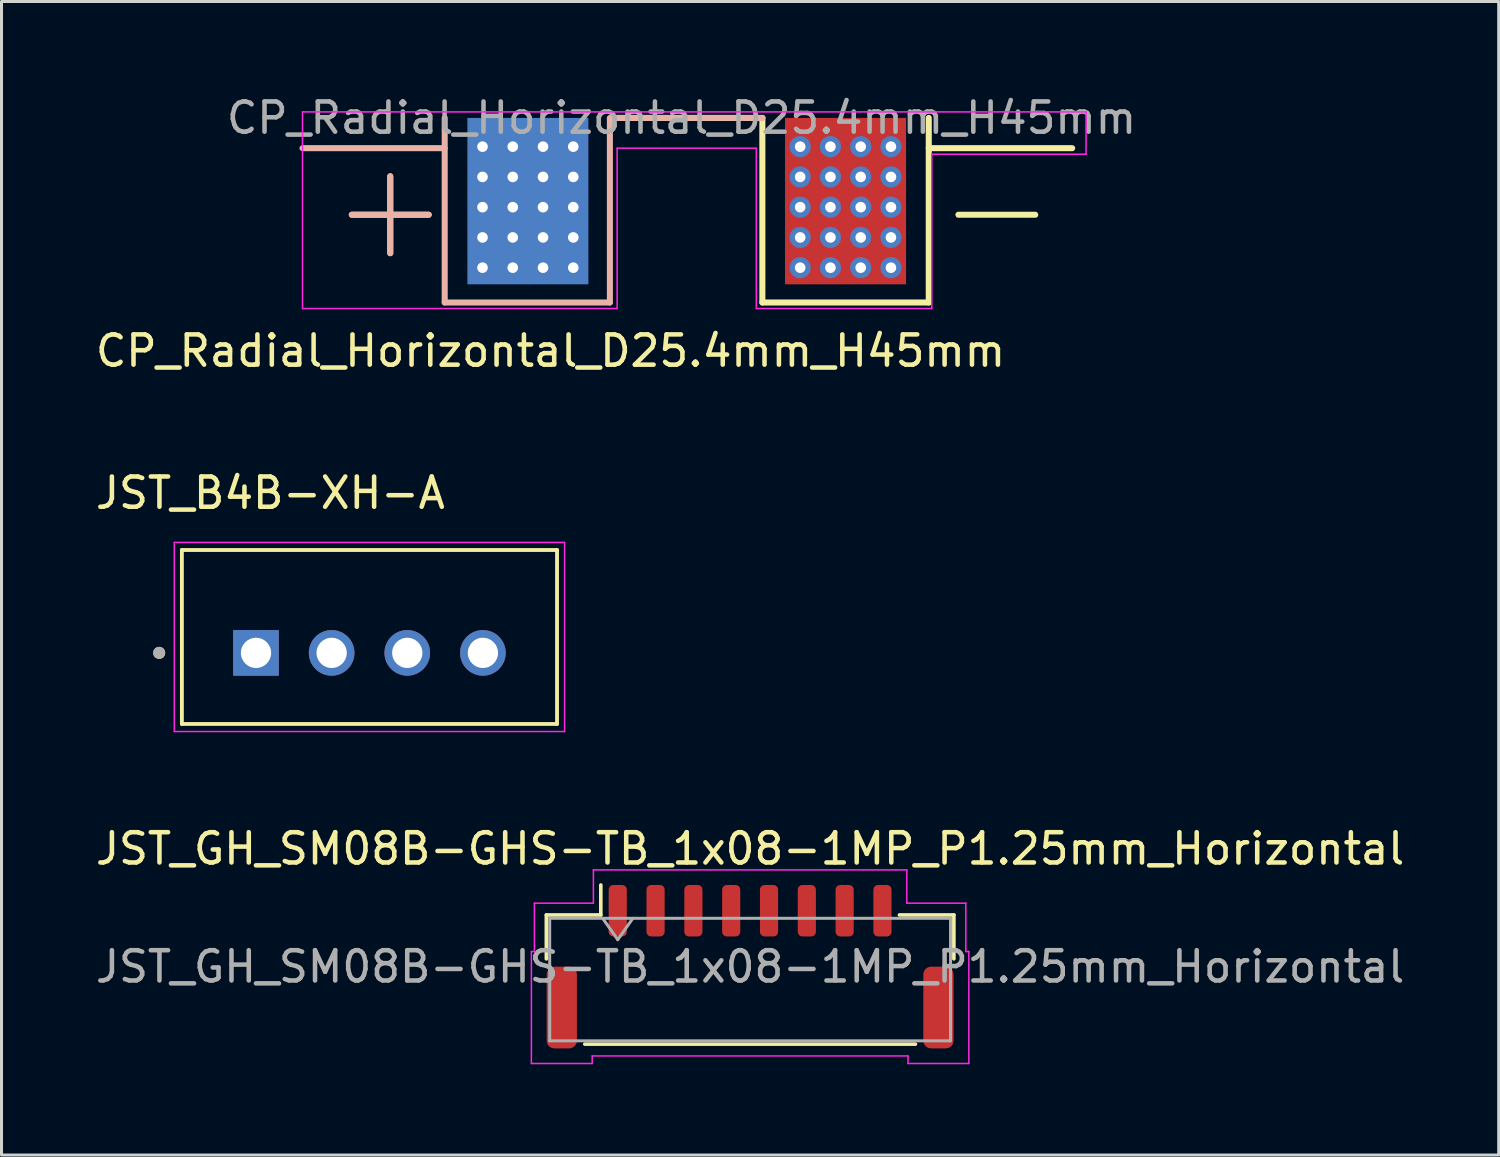
<source format=kicad_pcb>
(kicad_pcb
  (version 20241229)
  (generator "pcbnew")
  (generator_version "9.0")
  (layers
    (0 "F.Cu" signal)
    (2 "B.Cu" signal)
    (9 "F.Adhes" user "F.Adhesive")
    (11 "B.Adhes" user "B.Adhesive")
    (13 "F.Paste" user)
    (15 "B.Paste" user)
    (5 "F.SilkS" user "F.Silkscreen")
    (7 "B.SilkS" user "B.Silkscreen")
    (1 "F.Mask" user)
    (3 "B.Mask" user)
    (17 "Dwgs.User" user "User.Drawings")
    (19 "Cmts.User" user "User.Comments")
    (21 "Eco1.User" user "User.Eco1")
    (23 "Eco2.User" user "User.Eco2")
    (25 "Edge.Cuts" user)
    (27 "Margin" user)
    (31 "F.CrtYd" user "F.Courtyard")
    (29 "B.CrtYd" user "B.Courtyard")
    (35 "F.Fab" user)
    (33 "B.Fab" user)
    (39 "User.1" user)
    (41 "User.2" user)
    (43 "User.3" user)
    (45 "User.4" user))
  (footprint "CP_Radial_Horizontal_D25.4mm_H45mm"
    (layer "F.Cu")
    (at 19.649 0.648)
    (property "Reference" "CP_Radial_Horizontal_D25.4mm_H45mm" (at -4.5 7.9 0) (layer "F.SilkS") (effects (font (size 1 1) (thickness 0.15))))
    (attr through_hole)
    (fp_line (start -11.07 3.4) (end -8.53 3.4) (stroke (width 0.2) (type default)) (layer "F.SilkS"))
    (fp_line (start -9.8 2.13) (end -9.8 4.67) (stroke (width 0.2) (type default)) (layer "F.SilkS"))
    (fp_line (start -2.5 0.2) (end 2.5 0.2) (stroke (width 0.2) (type default)) (layer "F.SilkS"))
    (fp_line (start 2.5 0.2) (end 2.5 6.3) (stroke (width 0.2) (type default)) (layer "F.SilkS"))
    (fp_line (start 2.5 6.3) (end 8 6.3) (stroke (width 0.2) (type default)) (layer "F.SilkS"))
    (fp_line (start 8 0.2) (end 8 6.3) (stroke (width 0.2) (type default)) (layer "F.SilkS"))
    (fp_line (start 8 1.2) (end 12.74 1.2) (stroke (width 0.2) (type default)) (layer "F.SilkS"))
    (fp_line (start 11.52 3.4) (end 8.98 3.4) (stroke (width 0.2) (type default)) (layer "F.SilkS"))
    (fp_line (start -12.7 1.2) (end -8 1.2) (stroke (width 0.2) (type default)) (layer "B.SilkS"))
    (fp_line (start -11.07 3.4) (end -8.53 3.4) (stroke (width 0.2) (type default)) (layer "B.SilkS"))
    (fp_line (start -9.8 2.13) (end -9.8 4.67) (stroke (width 0.2) (type default)) (layer "B.SilkS"))
    (fp_line (start -8 0.2) (end -8 6.3) (stroke (width 0.2) (type default)) (layer "B.SilkS"))
    (fp_line (start -8 6.3) (end -2.54 6.3) (stroke (width 0.2) (type default)) (layer "B.SilkS"))
    (fp_line (start -2.54 0.2) (end -2.54 6.3) (stroke (width 0.2) (type default)) (layer "B.SilkS"))
    (fp_line (start -2.5 0.2) (end 2.5 0.2) (stroke (width 0.2) (type default)) (layer "B.SilkS"))
    (fp_line (start -12.7 0) (end -12.7 6.5) (stroke (width 0.05) (type default)) (layer "F.CrtYd"))
    (fp_line (start -12.7 6.5) (end -2.3 6.5) (stroke (width 0.05) (type default)) (layer "F.CrtYd"))
    (fp_line (start -2.3 6.5) (end -2.3 1.2) (stroke (width 0.05) (type default)) (layer "F.CrtYd"))
    (fp_line (start 2.3 1.2) (end -2.3 1.2) (stroke (width 0.05) (type default)) (layer "F.CrtYd"))
    (fp_line (start 2.3 6.5) (end 2.3 1.2) (stroke (width 0.05) (type default)) (layer "F.CrtYd"))
    (fp_line (start 2.3 6.5) (end 8.1 6.5) (stroke (width 0.05) (type default)) (layer "F.CrtYd"))
    (fp_line (start 8.1 6.5) (end 8.1 1.4) (stroke (width 0.05) (type default)) (layer "F.CrtYd"))
    (fp_line (start 13.2 0) (end -12.7 0) (stroke (width 0.05) (type default)) (layer "F.CrtYd"))
    (fp_line (start 13.2 1.4) (end 8.1 1.4) (stroke (width 0.05) (type default)) (layer "F.CrtYd"))
    (fp_line (start 13.2 1.4) (end 13.2 0) (stroke (width 0.05) (type default)) (layer "F.CrtYd"))
    (fp_line (start -8.2 0) (end -8.2 1) (stroke (width 0.1) (type default)) (layer "User.1"))
    (fp_line (start -8.2 1) (end -13.4 1) (stroke (width 0.1) (type default)) (layer "User.1"))
    (fp_line (start 8.2 0) (end -8.2 0) (stroke (width 0.1) (type default)) (layer "User.1"))
    (fp_line (start 8.2 0) (end 8.2 1) (stroke (width 0.1) (type default)) (layer "User.1"))
    (fp_line (start 13.4 1) (end 8.2 1) (stroke (width 0.1) (type default)) (layer "User.1"))
    (fp_text user "${REFERENCE}" (at -0.17 0.2 0) (layer "F.Fab") (effects (font (size 1 1) (thickness 0.15))))
    (pad "1" thru_hole circle (at -6.75 1.15) (size 0.7 0.7) (drill 0.35) (property pad_prop_heatsink) (layers "*.Cu"))
    (pad "1" thru_hole circle (at -6.75 2.15) (size 0.7 0.7) (drill 0.35) (property pad_prop_heatsink) (layers "*.Cu"))
    (pad "1" thru_hole circle (at -6.75 3.15) (size 0.7 0.7) (drill 0.35) (property pad_prop_heatsink) (layers "*.Cu"))
    (pad "1" thru_hole circle (at -6.75 4.15) (size 0.7 0.7) (drill 0.35) (property pad_prop_heatsink) (layers "*.Cu"))
    (pad "1" thru_hole circle (at -6.75 5.15) (size 0.7 0.7) (drill 0.35) (property pad_prop_heatsink) (layers "*.Cu"))
    (pad "1" thru_hole circle (at -5.75 1.15) (size 0.7 0.7) (drill 0.35) (property pad_prop_heatsink) (layers "*.Cu"))
    (pad "1" thru_hole circle (at -5.75 2.15) (size 0.7 0.7) (drill 0.35) (property pad_prop_heatsink) (layers "*.Cu"))
    (pad "1" thru_hole circle (at -5.75 3.15) (size 0.7 0.7) (drill 0.35) (property pad_prop_heatsink) (layers "*.Cu"))
    (pad "1" thru_hole circle (at -5.75 4.15) (size 0.7 0.7) (drill 0.35) (property pad_prop_heatsink) (layers "*.Cu"))
    (pad "1" thru_hole circle (at -5.75 5.15) (size 0.7 0.7) (drill 0.35) (property pad_prop_heatsink) (layers "*.Cu"))
    (pad "1" connect rect (at -5.25 2.95) (size 4 5.5) (layers "B.Cu" "B.Mask"))
    (pad "1" thru_hole circle (at -4.75 1.15) (size 0.7 0.7) (drill 0.35) (property pad_prop_heatsink) (layers "*.Cu"))
    (pad "1" thru_hole circle (at -4.75 2.15) (size 0.7 0.7) (drill 0.35) (property pad_prop_heatsink) (layers "*.Cu"))
    (pad "1" thru_hole circle (at -4.75 3.15) (size 0.7 0.7) (drill 0.35) (property pad_prop_heatsink) (layers "*.Cu"))
    (pad "1" thru_hole circle (at -4.75 4.15) (size 0.7 0.7) (drill 0.35) (property pad_prop_heatsink) (layers "*.Cu"))
    (pad "1" thru_hole circle (at -4.75 5.15) (size 0.7 0.7) (drill 0.35) (property pad_prop_heatsink) (layers "*.Cu"))
    (pad "1" thru_hole circle (at -3.75 1.15) (size 0.7 0.7) (drill 0.35) (property pad_prop_heatsink) (layers "*.Cu"))
    (pad "1" thru_hole circle (at -3.75 2.15) (size 0.7 0.7) (drill 0.35) (property pad_prop_heatsink) (layers "*.Cu"))
    (pad "1" thru_hole circle (at -3.75 3.15) (size 0.7 0.7) (drill 0.35) (property pad_prop_heatsink) (layers "*.Cu"))
    (pad "1" thru_hole circle (at -3.75 4.15) (size 0.7 0.7) (drill 0.35) (property pad_prop_heatsink) (layers "*.Cu"))
    (pad "1" thru_hole circle (at -3.75 5.15) (size 0.7 0.7) (drill 0.35) (property pad_prop_heatsink) (layers "*.Cu"))
    (pad "2" thru_hole circle (at 3.75 1.15) (size 0.7 0.7) (drill 0.35) (property pad_prop_heatsink) (layers "*.Cu"))
    (pad "2" thru_hole circle (at 3.75 2.15) (size 0.7 0.7) (drill 0.35) (property pad_prop_heatsink) (layers "*.Cu"))
    (pad "2" thru_hole circle (at 3.75 3.15) (size 0.7 0.7) (drill 0.35) (property pad_prop_heatsink) (layers "*.Cu"))
    (pad "2" thru_hole circle (at 3.75 4.15) (size 0.7 0.7) (drill 0.35) (property pad_prop_heatsink) (layers "*.Cu"))
    (pad "2" thru_hole circle (at 3.75 5.15) (size 0.7 0.7) (drill 0.35) (property pad_prop_heatsink) (layers "*.Cu"))
    (pad "2" thru_hole circle (at 4.75 1.15) (size 0.7 0.7) (drill 0.35) (property pad_prop_heatsink) (layers "*.Cu"))
    (pad "2" thru_hole circle (at 4.75 2.15) (size 0.7 0.7) (drill 0.35) (property pad_prop_heatsink) (layers "*.Cu"))
    (pad "2" thru_hole circle (at 4.75 3.15) (size 0.7 0.7) (drill 0.35) (property pad_prop_heatsink) (layers "*.Cu"))
    (pad "2" thru_hole circle (at 4.75 4.15) (size 0.7 0.7) (drill 0.35) (property pad_prop_heatsink) (layers "*.Cu"))
    (pad "2" thru_hole circle (at 4.75 5.15) (size 0.7 0.7) (drill 0.35) (property pad_prop_heatsink) (layers "*.Cu"))
    (pad "2" connect rect (at 5.25 2.95) (size 4 5.5) (layers "F.Cu" "F.Mask"))
    (pad "2" thru_hole circle (at 5.75 1.15) (size 0.7 0.7) (drill 0.35) (property pad_prop_heatsink) (layers "*.Cu"))
    (pad "2" thru_hole circle (at 5.75 2.15) (size 0.7 0.7) (drill 0.35) (property pad_prop_heatsink) (layers "*.Cu"))
    (pad "2" thru_hole circle (at 5.75 3.15) (size 0.7 0.7) (drill 0.35) (property pad_prop_heatsink) (layers "*.Cu"))
    (pad "2" thru_hole circle (at 5.75 4.15) (size 0.7 0.7) (drill 0.35) (property pad_prop_heatsink) (layers "*.Cu"))
    (pad "2" thru_hole circle (at 5.75 5.15) (size 0.7 0.7) (drill 0.35) (property pad_prop_heatsink) (layers "*.Cu"))
    (pad "2" thru_hole circle (at 6.75 1.15) (size 0.7 0.7) (drill 0.35) (property pad_prop_heatsink) (layers "*.Cu"))
    (pad "2" thru_hole circle (at 6.75 2.15) (size 0.7 0.7) (drill 0.35) (property pad_prop_heatsink) (layers "*.Cu"))
    (pad "2" thru_hole circle (at 6.75 3.15) (size 0.7 0.7) (drill 0.35) (property pad_prop_heatsink) (layers "*.Cu"))
    (pad "2" thru_hole circle (at 6.75 4.15) (size 0.7 0.7) (drill 0.35) (property pad_prop_heatsink) (layers "*.Cu"))
    (pad "2" thru_hole circle (at 6.75 5.15) (size 0.7 0.7) (drill 0.35) (property pad_prop_heatsink) (layers "*.Cu")))
  (footprint "JST_B4B-XH-A"
    (layer "F.Cu")
    (at 7.912 18.005)
    (property "Reference" "JST_B4B-XH-A" (at -2.025 -4.76 0) (layer "F.SilkS") (effects (font (size 1 1) (thickness 0.15))))
    (attr through_hole)
    (fp_line (start -4.95 -2.875) (end 7.45 -2.875) (stroke (width 0.127) (type solid)) (layer "F.SilkS"))
    (fp_line (start -4.95 2.875) (end -4.95 -2.875) (stroke (width 0.127) (type solid)) (layer "F.SilkS"))
    (fp_line (start 7.45 -2.875) (end 7.45 2.875) (stroke (width 0.127) (type solid)) (layer "F.SilkS"))
    (fp_line (start 7.45 2.875) (end -4.95 2.875) (stroke (width 0.127) (type solid)) (layer "F.SilkS"))
    (fp_circle (center -5.7 0.525) (end -5.6 0.525) (stroke (width 0.2) (type solid)) (fill no) (layer "F.SilkS"))
    (fp_line (start -5.2 -3.125) (end -5.2 3.125) (stroke (width 0.05) (type solid)) (layer "F.CrtYd"))
    (fp_line (start -5.2 3.125) (end 7.7 3.125) (stroke (width 0.05) (type solid)) (layer "F.CrtYd"))
    (fp_line (start 7.7 -3.125) (end -5.2 -3.125) (stroke (width 0.05) (type solid)) (layer "F.CrtYd"))
    (fp_line (start 7.7 3.125) (end 7.7 -3.125) (stroke (width 0.05) (type solid)) (layer "F.CrtYd"))
    (fp_circle (center -5.7 0.525) (end -5.6 0.525) (stroke (width 0.2) (type solid)) (fill no) (layer "F.Fab"))
    (pad "1" thru_hole rect (at -2.5 0.525) (size 1.508 1.508) (drill 1) (layers "*.Cu" "*.Mask"))
    (pad "2" thru_hole circle (at 0 0.525) (size 1.508 1.508) (drill 1) (layers "*.Cu" "*.Mask"))
    (pad "3" thru_hole circle (at 2.5 0.525) (size 1.508 1.508) (drill 1) (layers "*.Cu" "*.Mask"))
    (pad "4" thru_hole circle (at 5 0.525) (size 1.508 1.508) (drill 1) (layers "*.Cu" "*.Mask")))
  (footprint "JST_GH_SM08B-GHS-TB_1x08-1MP_P1.25mm_Horizontal"
    (layer "F.Cu")
    (at 21.744 28.903)
    (property "Reference" "JST_GH_SM08B-GHS-TB_1x08-1MP_P1.25mm_Horizontal" (at 0 -3.9 0) (layer "F.SilkS") (effects (font (size 1 1) (thickness 0.15))))
    (attr smd)
    (fp_line (start -6.735 -1.71) (end -4.935 -1.71) (stroke (width 0.12) (type solid)) (layer "F.SilkS"))
    (fp_line (start -6.735 -0.26) (end -6.735 -1.71) (stroke (width 0.12) (type solid)) (layer "F.SilkS"))
    (fp_line (start -5.465 2.56) (end 5.465 2.56) (stroke (width 0.12) (type solid)) (layer "F.SilkS"))
    (fp_line (start -4.935 -1.71) (end -4.935 -2.7) (stroke (width 0.12) (type solid)) (layer "F.SilkS"))
    (fp_line (start 6.735 -1.71) (end 4.935 -1.71) (stroke (width 0.12) (type solid)) (layer "F.SilkS"))
    (fp_line (start 6.735 -0.26) (end 6.735 -1.71) (stroke (width 0.12) (type solid)) (layer "F.SilkS"))
    (fp_line (start -7.23 -0.5) (end -7.13 -0.5) (stroke (width 0.05) (type solid)) (layer "F.CrtYd"))
    (fp_line (start -7.23 3.2) (end -7.23 -0.5) (stroke (width 0.05) (type solid)) (layer "F.CrtYd"))
    (fp_line (start -7.13 -2.1) (end -5.18 -2.1) (stroke (width 0.05) (type solid)) (layer "F.CrtYd"))
    (fp_line (start -7.13 -0.5) (end -7.13 -2.1) (stroke (width 0.05) (type solid)) (layer "F.CrtYd"))
    (fp_line (start -5.22 2.95) (end -5.22 3.2) (stroke (width 0.05) (type solid)) (layer "F.CrtYd"))
    (fp_line (start -5.22 3.2) (end -7.23 3.2) (stroke (width 0.05) (type solid)) (layer "F.CrtYd"))
    (fp_line (start -5.18 -3.2) (end 5.18 -3.2) (stroke (width 0.05) (type solid)) (layer "F.CrtYd"))
    (fp_line (start -5.18 -2.1) (end -5.18 -3.2) (stroke (width 0.05) (type solid)) (layer "F.CrtYd"))
    (fp_line (start 5.18 -3.2) (end 5.18 -2.1) (stroke (width 0.05) (type solid)) (layer "F.CrtYd"))
    (fp_line (start 5.18 -2.1) (end 7.13 -2.1) (stroke (width 0.05) (type solid)) (layer "F.CrtYd"))
    (fp_line (start 5.22 2.95) (end -5.22 2.95) (stroke (width 0.05) (type solid)) (layer "F.CrtYd"))
    (fp_line (start 5.22 3.2) (end 5.22 2.95) (stroke (width 0.05) (type solid)) (layer "F.CrtYd"))
    (fp_line (start 7.13 -2.1) (end 7.13 -0.5) (stroke (width 0.05) (type solid)) (layer "F.CrtYd"))
    (fp_line (start 7.13 -0.5) (end 7.23 -0.5) (stroke (width 0.05) (type solid)) (layer "F.CrtYd"))
    (fp_line (start 7.23 -0.5) (end 7.23 3.2) (stroke (width 0.05) (type solid)) (layer "F.CrtYd"))
    (fp_line (start 7.23 3.2) (end 5.22 3.2) (stroke (width 0.05) (type solid)) (layer "F.CrtYd"))
    (fp_line (start -6.625 -1.6) (end -6.625 2.45) (stroke (width 0.1) (type solid)) (layer "F.Fab"))
    (fp_line (start -6.625 -1.6) (end 6.625 -1.6) (stroke (width 0.1) (type solid)) (layer "F.Fab"))
    (fp_line (start -6.625 2.45) (end 6.625 2.45) (stroke (width 0.1) (type solid)) (layer "F.Fab"))
    (fp_line (start -4.875 -1.6) (end -4.375 -0.893) (stroke (width 0.1) (type solid)) (layer "F.Fab"))
    (fp_line (start -4.375 -0.893) (end -3.875 -1.6) (stroke (width 0.1) (type solid)) (layer "F.Fab"))
    (fp_line (start 6.625 -1.6) (end 6.625 2.45) (stroke (width 0.1) (type solid)) (layer "F.Fab"))
    (fp_text user "${REFERENCE}" (at 0 0 0) (layer "F.Fab") (effects (font (size 1 1) (thickness 0.15))))
    (pad "1" smd roundrect (at -4.375 -1.85) (size 0.6 1.7) (layers "F.Cu" "F.Mask" "F.Paste") (roundrect_rratio 0.25))
    (pad "2" smd roundrect (at -3.125 -1.85) (size 0.6 1.7) (layers "F.Cu" "F.Mask" "F.Paste") (roundrect_rratio 0.25))
    (pad "3" smd roundrect (at -1.875 -1.85) (size 0.6 1.7) (layers "F.Cu" "F.Mask" "F.Paste") (roundrect_rratio 0.25))
    (pad "4" smd roundrect (at -0.625 -1.85) (size 0.6 1.7) (layers "F.Cu" "F.Mask" "F.Paste") (roundrect_rratio 0.25))
    (pad "5" smd roundrect (at 0.625 -1.85) (size 0.6 1.7) (layers "F.Cu" "F.Mask" "F.Paste") (roundrect_rratio 0.25))
    (pad "6" smd roundrect (at 1.875 -1.85) (size 0.6 1.7) (layers "F.Cu" "F.Mask" "F.Paste") (roundrect_rratio 0.25))
    (pad "7" smd roundrect (at 3.125 -1.85) (size 0.6 1.7) (layers "F.Cu" "F.Mask" "F.Paste") (roundrect_rratio 0.25))
    (pad "8" smd roundrect (at 4.375 -1.85) (size 0.6 1.7) (layers "F.Cu" "F.Mask" "F.Paste") (roundrect_rratio 0.25))
    (pad "MP" smd roundrect (at -6.225 1.35) (size 1 2.7) (layers "F.Cu" "F.Mask" "F.Paste") (roundrect_rratio 0.25))
    (pad "MP" smd roundrect (at 6.225 1.35) (size 1 2.7) (layers "F.Cu" "F.Mask" "F.Paste") (roundrect_rratio 0.25)))
  (gr_rect
    (start -3 -3)
    (end 46.488 35.128)
    (stroke (width 0.1) (type default))
    (fill no)
    (layer "Edge.Cuts")))
</source>
